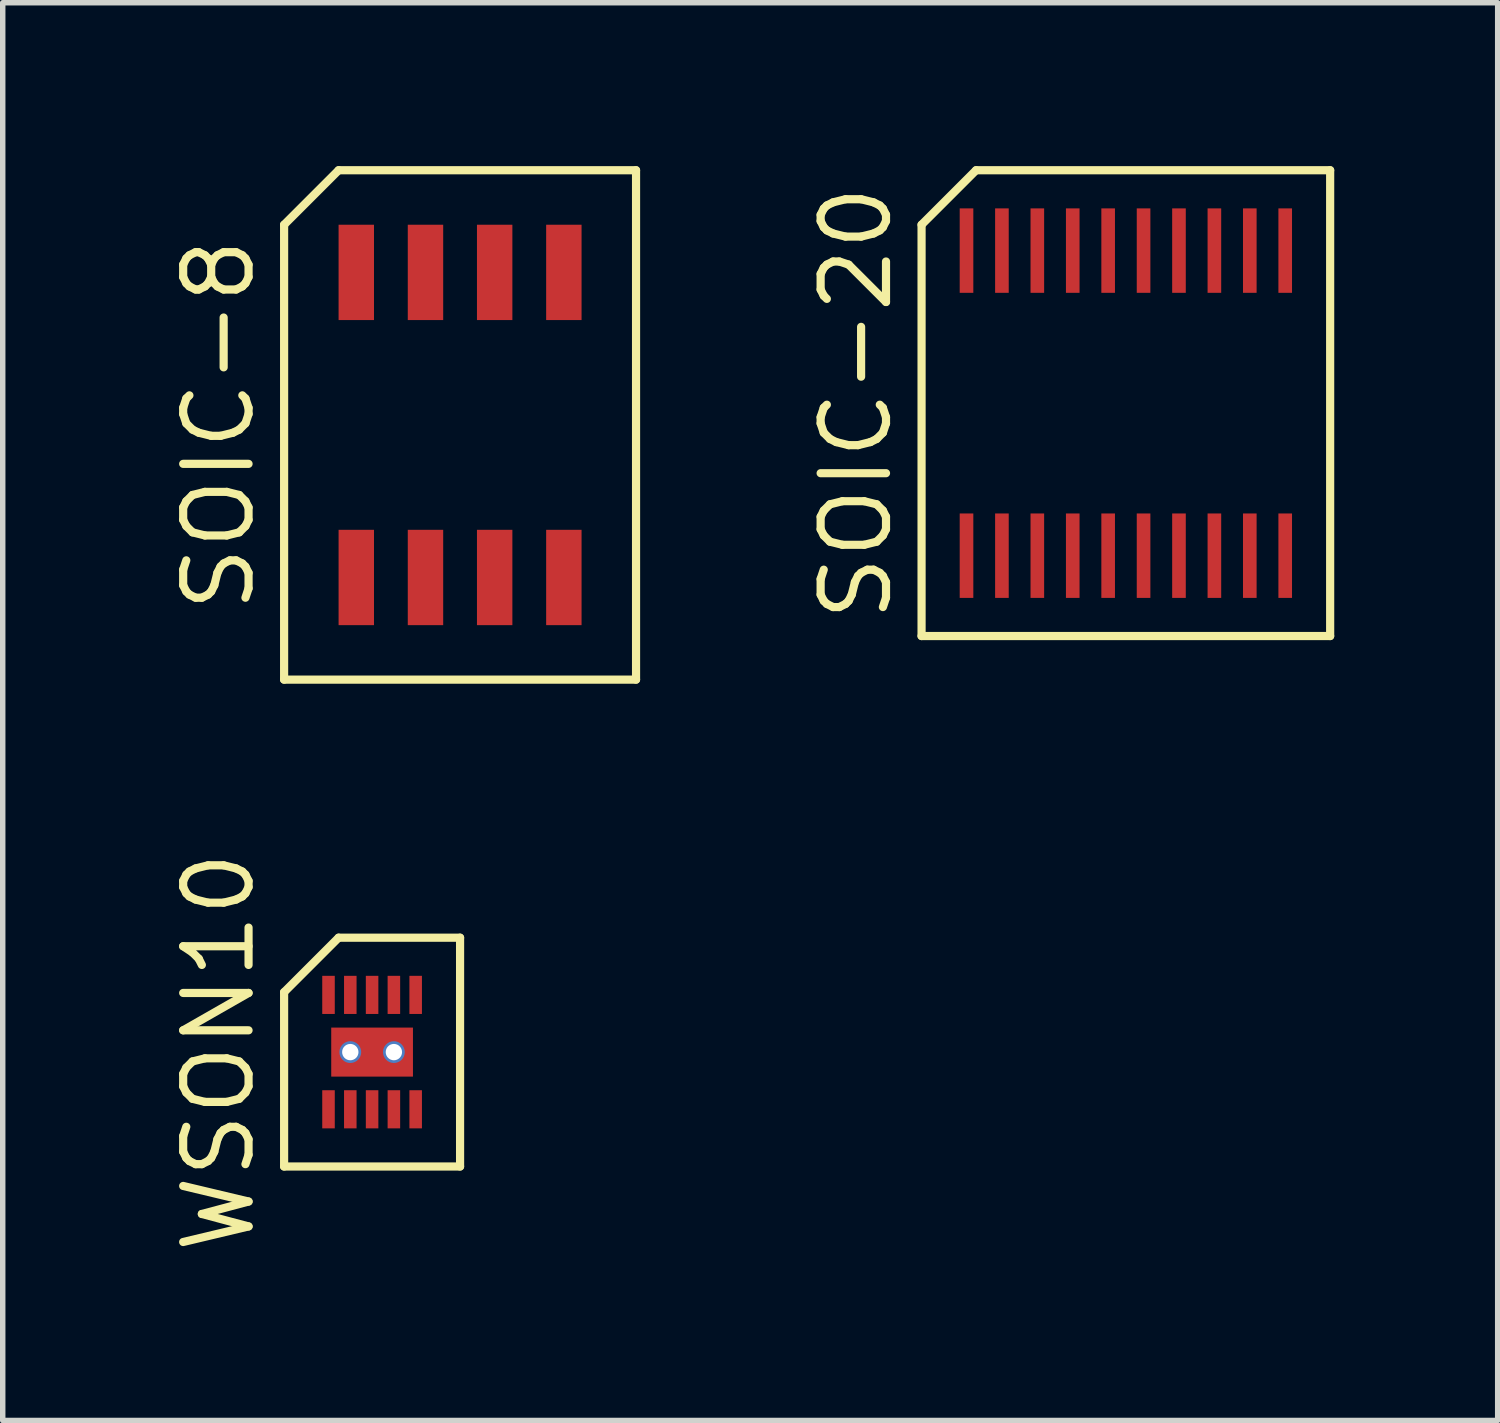
<source format=kicad_pcb>
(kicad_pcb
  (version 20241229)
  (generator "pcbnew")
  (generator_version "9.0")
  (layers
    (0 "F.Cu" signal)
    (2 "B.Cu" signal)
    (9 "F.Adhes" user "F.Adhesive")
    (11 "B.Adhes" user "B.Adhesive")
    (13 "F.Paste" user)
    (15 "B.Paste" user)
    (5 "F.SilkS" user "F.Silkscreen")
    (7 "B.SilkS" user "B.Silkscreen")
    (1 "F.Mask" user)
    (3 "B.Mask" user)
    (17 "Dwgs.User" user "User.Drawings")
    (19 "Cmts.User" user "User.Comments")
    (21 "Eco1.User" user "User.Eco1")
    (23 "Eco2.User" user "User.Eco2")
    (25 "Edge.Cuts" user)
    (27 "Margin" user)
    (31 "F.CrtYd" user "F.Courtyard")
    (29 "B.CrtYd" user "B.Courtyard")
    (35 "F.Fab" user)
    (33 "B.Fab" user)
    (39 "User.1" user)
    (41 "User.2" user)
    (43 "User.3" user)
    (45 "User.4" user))
  (footprint "SOIC-20"
    (layer "F.Cu")
    (at 17.616 4.35)
    (property "Reference" "SOIC-20" (at -4.95 0 90) (layer "F.SilkS") (effects (font (size 1.2 1.2) (thickness 0.15))))
    (attr through_hole)
    (fp_line (start -3.75 -3.275) (end -3.75 4.275) (stroke (width 0.15) (type solid)) (layer "F.SilkS"))
    (fp_line (start -3.75 4.275) (end 3.75 4.275) (stroke (width 0.15) (type solid)) (layer "F.SilkS"))
    (fp_line (start -2.75 -4.275) (end -3.75 -3.275) (stroke (width 0.15) (type solid)) (layer "F.SilkS"))
    (fp_line (start 3.75 -4.275) (end -2.75 -4.275) (stroke (width 0.15) (type solid)) (layer "F.SilkS"))
    (fp_line (start 3.75 4.275) (end 3.75 -4.275) (stroke (width 0.15) (type solid)) (layer "F.SilkS"))
    (pad "1" smd rect (at -2.925 2.8) (size 0.25 1.55) (layers "F.Cu" "F.Mask" "F.Paste"))
    (pad "2" smd rect (at -2.275 2.8) (size 0.25 1.55) (layers "F.Cu" "F.Mask" "F.Paste"))
    (pad "3" smd rect (at -1.625 2.8) (size 0.25 1.55) (layers "F.Cu" "F.Mask" "F.Paste"))
    (pad "4" smd rect (at -0.975 2.8) (size 0.25 1.55) (layers "F.Cu" "F.Mask" "F.Paste"))
    (pad "5" smd rect (at -0.325 2.8) (size 0.25 1.55) (layers "F.Cu" "F.Mask" "F.Paste"))
    (pad "6" smd rect (at 0.325 2.8) (size 0.25 1.55) (layers "F.Cu" "F.Mask" "F.Paste"))
    (pad "7" smd rect (at 0.975 2.8) (size 0.25 1.55) (layers "F.Cu" "F.Mask" "F.Paste"))
    (pad "8" smd rect (at 1.625 2.8) (size 0.25 1.55) (layers "F.Cu" "F.Mask" "F.Paste"))
    (pad "9" smd rect (at 2.275 2.8) (size 0.25 1.55) (layers "F.Cu" "F.Mask" "F.Paste"))
    (pad "10" smd rect (at 2.925 2.8) (size 0.25 1.55) (layers "F.Cu" "F.Mask" "F.Paste"))
    (pad "11" smd rect (at 2.925 -2.8) (size 0.25 1.55) (layers "F.Cu" "F.Mask" "F.Paste"))
    (pad "12" smd rect (at 2.275 -2.8) (size 0.25 1.55) (layers "F.Cu" "F.Mask" "F.Paste"))
    (pad "13" smd rect (at 1.625 -2.8) (size 0.25 1.55) (layers "F.Cu" "F.Mask" "F.Paste"))
    (pad "14" smd rect (at 0.975 -2.8) (size 0.25 1.55) (layers "F.Cu" "F.Mask" "F.Paste"))
    (pad "15" smd rect (at 0.325 -2.8) (size 0.25 1.55) (layers "F.Cu" "F.Mask" "F.Paste"))
    (pad "16" smd rect (at -0.325 -2.8) (size 0.25 1.55) (layers "F.Cu" "F.Mask" "F.Paste"))
    (pad "17" smd rect (at -0.975 -2.8) (size 0.25 1.55) (layers "F.Cu" "F.Mask" "F.Paste"))
    (pad "18" smd rect (at -1.625 -2.8) (size 0.25 1.55) (layers "F.Cu" "F.Mask" "F.Paste"))
    (pad "19" smd rect (at -2.275 -2.8) (size 0.25 1.55) (layers "F.Cu" "F.Mask" "F.Paste"))
    (pad "20" smd rect (at -2.925 -2.8) (size 0.25 1.55) (layers "F.Cu" "F.Mask" "F.Paste")))
  (footprint "SOIC-8"
    (layer "F.Cu")
    (at 5.395 4.75)
    (property "Reference" "SOIC-8" (at -4.43 0 90) (layer "F.SilkS") (effects (font (size 1.2 1.2) (thickness 0.15))))
    (attr through_hole)
    (fp_line (start -3.23 -3.675) (end -3.23 4.675) (stroke (width 0.15) (type solid)) (layer "F.SilkS"))
    (fp_line (start -3.23 4.675) (end 3.23 4.675) (stroke (width 0.15) (type solid)) (layer "F.SilkS"))
    (fp_line (start -2.23 -4.675) (end -3.23 -3.675) (stroke (width 0.15) (type solid)) (layer "F.SilkS"))
    (fp_line (start 3.23 -4.675) (end -2.23 -4.675) (stroke (width 0.15) (type solid)) (layer "F.SilkS"))
    (fp_line (start 3.23 4.675) (end 3.23 -4.675) (stroke (width 0.15) (type solid)) (layer "F.SilkS"))
    (pad "1" smd rect (at -1.905 2.8) (size 0.65 1.75) (layers "F.Cu" "F.Mask" "F.Paste"))
    (pad "2" smd rect (at -0.635 2.8) (size 0.65 1.75) (layers "F.Cu" "F.Mask" "F.Paste"))
    (pad "3" smd rect (at 0.635 2.8) (size 0.65 1.75) (layers "F.Cu" "F.Mask" "F.Paste"))
    (pad "4" smd rect (at 1.905 2.8) (size 0.65 1.75) (layers "F.Cu" "F.Mask" "F.Paste"))
    (pad "5" smd rect (at 1.905 -2.8) (size 0.65 1.75) (layers "F.Cu" "F.Mask" "F.Paste"))
    (pad "6" smd rect (at 0.635 -2.8) (size 0.65 1.75) (layers "F.Cu" "F.Mask" "F.Paste"))
    (pad "7" smd rect (at -0.635 -2.8) (size 0.65 1.75) (layers "F.Cu" "F.Mask" "F.Paste"))
    (pad "8" smd rect (at -1.905 -2.8) (size 0.65 1.75) (layers "F.Cu" "F.Mask" "F.Paste")))
  (footprint "WSON10"
    (layer "F.Cu")
    (at 3.78 16.262)
    (property "Reference" "WSON10" (at -2.815 0 90) (layer "F.SilkS") (effects (font (size 1.2 1.2) (thickness 0.15))))
    (attr through_hole)
    (fp_line (start -1.615 -1.1) (end -1.615 2.1) (stroke (width 0.15) (type solid)) (layer "F.SilkS"))
    (fp_line (start -1.615 2.1) (end 1.615 2.1) (stroke (width 0.15) (type solid)) (layer "F.SilkS"))
    (fp_line (start -0.615 -2.1) (end -1.615 -1.1) (stroke (width 0.15) (type solid)) (layer "F.SilkS"))
    (fp_line (start 1.615 -2.1) (end -0.615 -2.1) (stroke (width 0.15) (type solid)) (layer "F.SilkS"))
    (fp_line (start 1.615 2.1) (end 1.615 -2.1) (stroke (width 0.15) (type solid)) (layer "F.SilkS"))
    (pad "" thru_hole circle (at -0.4 0) (size 0.4 0.4) (drill 0.3) (layers "*.Cu" "*.Mask"))
    (pad "" smd rect (at 0 0) (size 1.5 0.9) (layers "F.Cu" "F.Mask" "F.Paste"))
    (pad "" thru_hole circle (at 0.4 0) (size 0.4 0.4) (drill 0.3) (layers "*.Cu" "*.Mask"))
    (pad "1" smd rect (at -0.8 1.05) (size 0.23 0.7) (layers "F.Cu" "F.Mask" "F.Paste"))
    (pad "2" smd rect (at -0.4 1.05) (size 0.23 0.7) (layers "F.Cu" "F.Mask" "F.Paste"))
    (pad "3" smd rect (at 0 1.05) (size 0.23 0.7) (layers "F.Cu" "F.Mask" "F.Paste"))
    (pad "4" smd rect (at 0.4 1.05) (size 0.23 0.7) (layers "F.Cu" "F.Mask" "F.Paste"))
    (pad "5" smd rect (at 0.8 1.05) (size 0.23 0.7) (layers "F.Cu" "F.Mask" "F.Paste"))
    (pad "6" smd rect (at 0.8 -1.05) (size 0.23 0.7) (layers "F.Cu" "F.Mask" "F.Paste"))
    (pad "7" smd rect (at 0.4 -1.05) (size 0.23 0.7) (layers "F.Cu" "F.Mask" "F.Paste"))
    (pad "8" smd rect (at 0 -1.05) (size 0.23 0.7) (layers "F.Cu" "F.Mask" "F.Paste"))
    (pad "9" smd rect (at -0.4 -1.05) (size 0.23 0.7) (layers "F.Cu" "F.Mask" "F.Paste"))
    (pad "10" smd rect (at -0.8 -1.05) (size 0.23 0.7) (layers "F.Cu" "F.Mask" "F.Paste")))
  (gr_rect
    (start -3 -3)
    (end 24.441 23.024)
    (stroke (width 0.1) (type default))
    (fill no)
    (layer "Edge.Cuts")))
</source>
